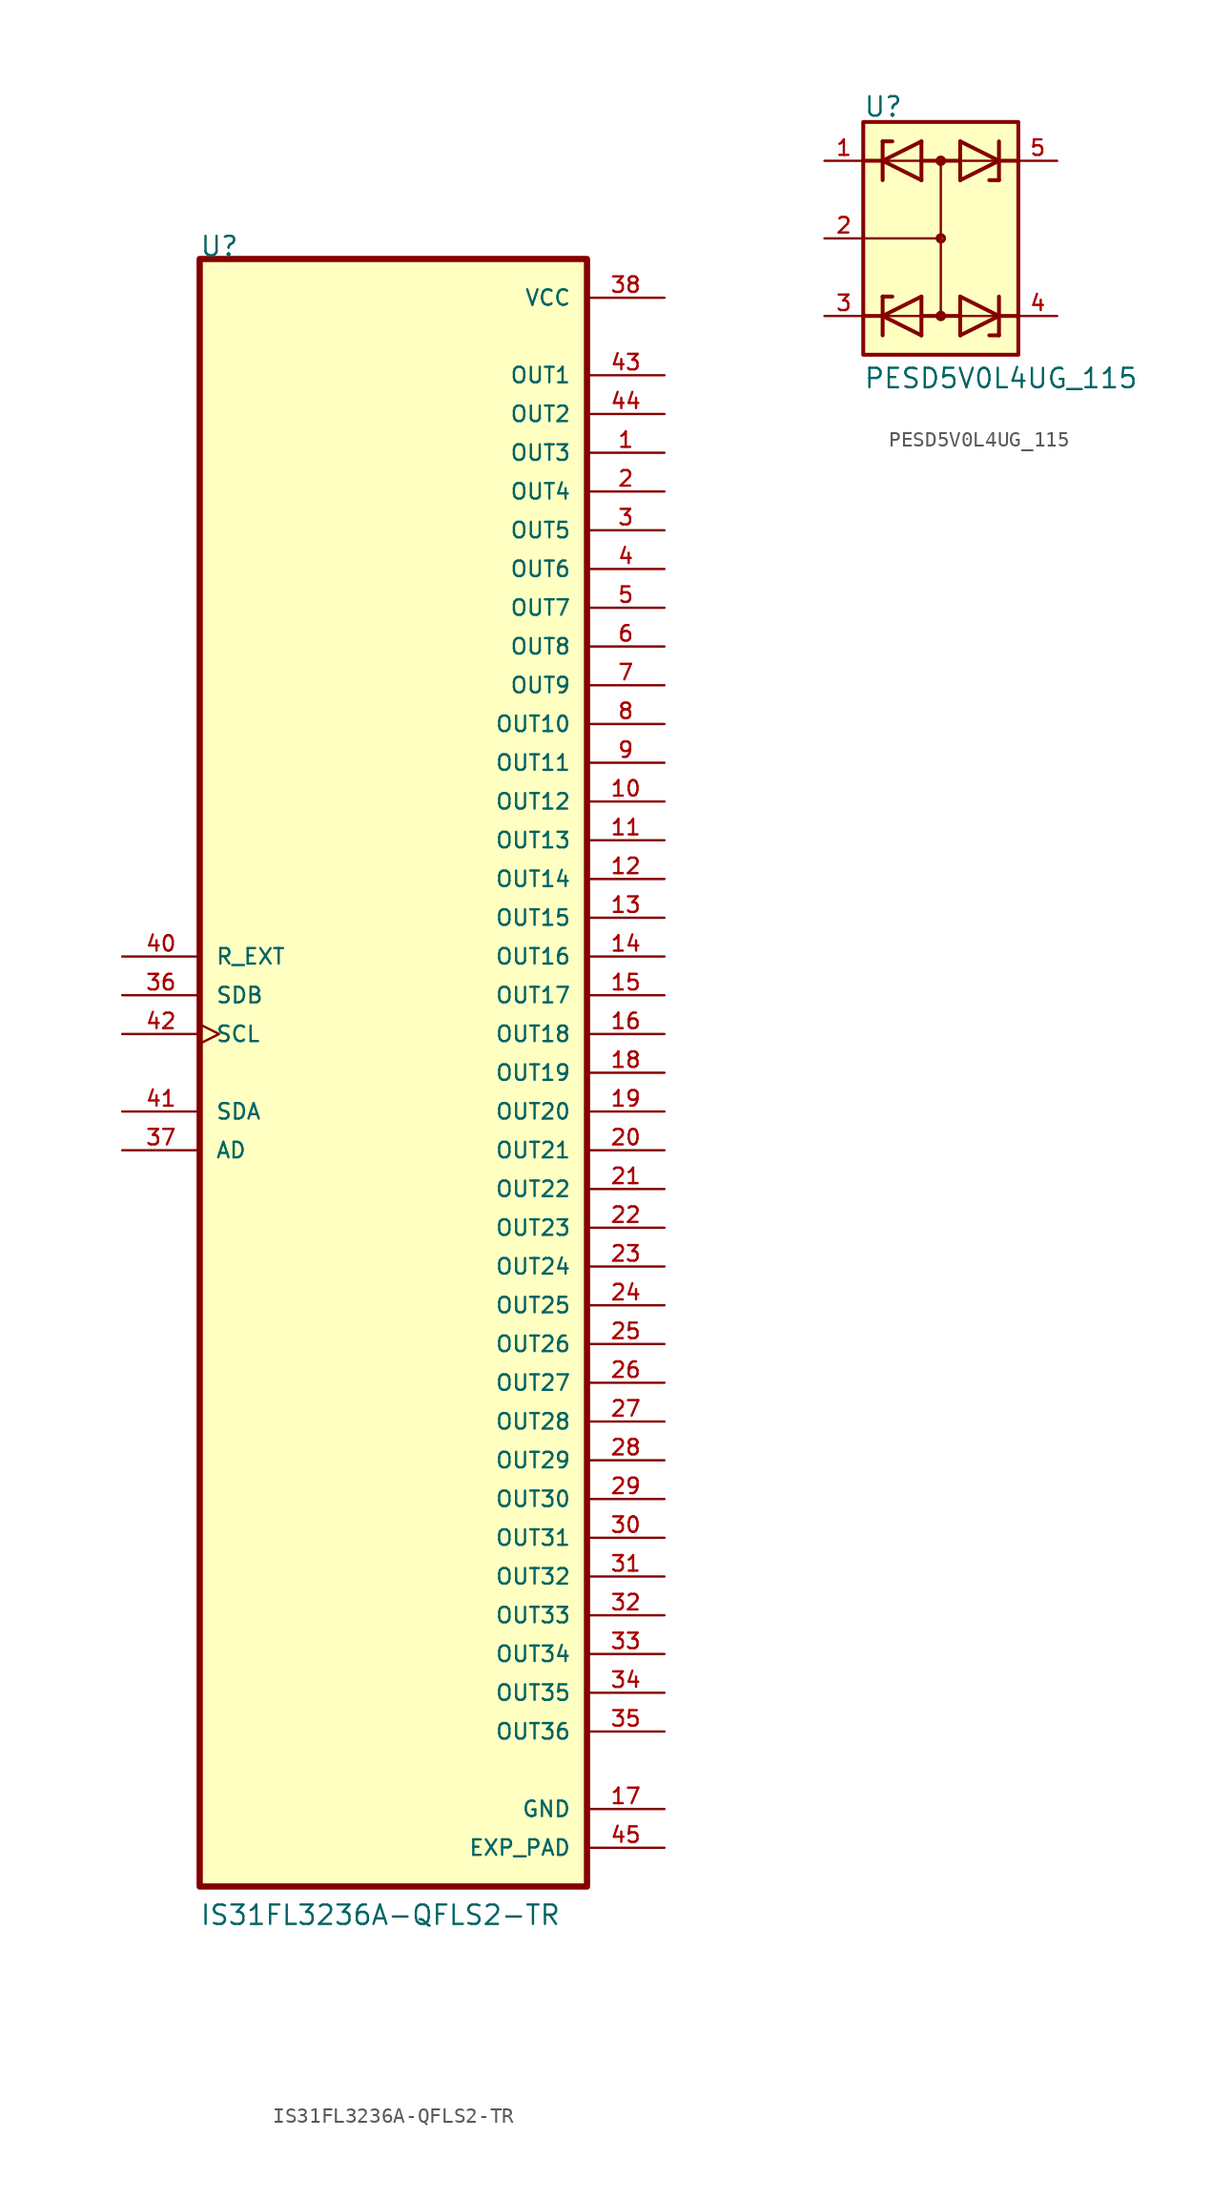
<source format=kicad_sym>
(kicad_symbol_lib
  (version 20241209)
  (generator "kicad_symbol_editor")
  (generator_version "9.0")
  (symbol "IS31FL3236A-QFLS2-TR"
    (pin_names
      (offset 1.016))
    (property "Reference" "U"
      (at -12.721 50.885 0)
      (effects (font (size 1.27 1.27)) (justify left bottom)))
    (property "Value" "IS31FL3236A-QFLS2-TR"
      (at -12.716 -58.492 0)
      (effects (font (size 1.27 1.27)) (justify left bottom)))
    (symbol "IS31FL3236A-QFLS2-TR_0_0"
      (rectangle (start -12.7 -55.88) (end 12.7 50.8) (stroke (width 0.41) (type default)) (fill (type background)))
      (pin input line (at -17.78 5.08 0) (length 5.08) (name "R_EXT" (effects (font (size 1.016 1.016)))) (number "40" (effects (font (size 1.016 1.016)))))
      (pin input line (at -17.78 2.54 0) (length 5.08) (name "SDB" (effects (font (size 1.016 1.016)))) (number "36" (effects (font (size 1.016 1.016)))))
      (pin input clock (at -17.78 0 0) (length 5.08) (name "SCL" (effects (font (size 1.016 1.016)))) (number "42" (effects (font (size 1.016 1.016)))))
      (pin bidirectional line (at -17.78 -5.08 0) (length 5.08) (name "SDA" (effects (font (size 1.016 1.016)))) (number "41" (effects (font (size 1.016 1.016)))))
      (pin bidirectional line (at -17.78 -7.62 0) (length 5.08) (name "AD" (effects (font (size 1.016 1.016)))) (number "37" (effects (font (size 1.016 1.016)))))
      (pin power_in line (at 17.78 48.26 180) (length 5.08) (name "VCC" (effects (font (size 1.016 1.016)))) (number "38" (effects (font (size 1.016 1.016)))))
      (pin output line (at 17.78 43.18 180) (length 5.08) (name "OUT1" (effects (font (size 1.016 1.016)))) (number "43" (effects (font (size 1.016 1.016)))))
      (pin output line (at 17.78 40.64 180) (length 5.08) (name "OUT2" (effects (font (size 1.016 1.016)))) (number "44" (effects (font (size 1.016 1.016)))))
      (pin output line (at 17.78 38.1 180) (length 5.08) (name "OUT3" (effects (font (size 1.016 1.016)))) (number "1" (effects (font (size 1.016 1.016)))))
      (pin output line (at 17.78 35.56 180) (length 5.08) (name "OUT4" (effects (font (size 1.016 1.016)))) (number "2" (effects (font (size 1.016 1.016)))))
      (pin output line (at 17.78 33.02 180) (length 5.08) (name "OUT5" (effects (font (size 1.016 1.016)))) (number "3" (effects (font (size 1.016 1.016)))))
      (pin output line (at 17.78 30.48 180) (length 5.08) (name "OUT6" (effects (font (size 1.016 1.016)))) (number "4" (effects (font (size 1.016 1.016)))))
      (pin output line (at 17.78 27.94 180) (length 5.08) (name "OUT7" (effects (font (size 1.016 1.016)))) (number "5" (effects (font (size 1.016 1.016)))))
      (pin output line (at 17.78 25.4 180) (length 5.08) (name "OUT8" (effects (font (size 1.016 1.016)))) (number "6" (effects (font (size 1.016 1.016)))))
      (pin output line (at 17.78 22.86 180) (length 5.08) (name "OUT9" (effects (font (size 1.016 1.016)))) (number "7" (effects (font (size 1.016 1.016)))))
      (pin output line (at 17.78 20.32 180) (length 5.08) (name "OUT10" (effects (font (size 1.016 1.016)))) (number "8" (effects (font (size 1.016 1.016)))))
      (pin output line (at 17.78 17.78 180) (length 5.08) (name "OUT11" (effects (font (size 1.016 1.016)))) (number "9" (effects (font (size 1.016 1.016)))))
      (pin output line (at 17.78 15.24 180) (length 5.08) (name "OUT12" (effects (font (size 1.016 1.016)))) (number "10" (effects (font (size 1.016 1.016)))))
      (pin output line (at 17.78 12.7 180) (length 5.08) (name "OUT13" (effects (font (size 1.016 1.016)))) (number "11" (effects (font (size 1.016 1.016)))))
      (pin output line (at 17.78 10.16 180) (length 5.08) (name "OUT14" (effects (font (size 1.016 1.016)))) (number "12" (effects (font (size 1.016 1.016)))))
      (pin output line (at 17.78 7.62 180) (length 5.08) (name "OUT15" (effects (font (size 1.016 1.016)))) (number "13" (effects (font (size 1.016 1.016)))))
      (pin output line (at 17.78 5.08 180) (length 5.08) (name "OUT16" (effects (font (size 1.016 1.016)))) (number "14" (effects (font (size 1.016 1.016)))))
      (pin output line (at 17.78 2.54 180) (length 5.08) (name "OUT17" (effects (font (size 1.016 1.016)))) (number "15" (effects (font (size 1.016 1.016)))))
      (pin output line (at 17.78 0 180) (length 5.08) (name "OUT18" (effects (font (size 1.016 1.016)))) (number "16" (effects (font (size 1.016 1.016)))))
      (pin output line (at 17.78 -2.54 180) (length 5.08) (name "OUT19" (effects (font (size 1.016 1.016)))) (number "18" (effects (font (size 1.016 1.016)))))
      (pin output line (at 17.78 -5.08 180) (length 5.08) (name "OUT20" (effects (font (size 1.016 1.016)))) (number "19" (effects (font (size 1.016 1.016)))))
      (pin output line (at 17.78 -7.62 180) (length 5.08) (name "OUT21" (effects (font (size 1.016 1.016)))) (number "20" (effects (font (size 1.016 1.016)))))
      (pin output line (at 17.78 -10.16 180) (length 5.08) (name "OUT22" (effects (font (size 1.016 1.016)))) (number "21" (effects (font (size 1.016 1.016)))))
      (pin output line (at 17.78 -12.7 180) (length 5.08) (name "OUT23" (effects (font (size 1.016 1.016)))) (number "22" (effects (font (size 1.016 1.016)))))
      (pin output line (at 17.78 -15.24 180) (length 5.08) (name "OUT24" (effects (font (size 1.016 1.016)))) (number "23" (effects (font (size 1.016 1.016)))))
      (pin output line (at 17.78 -17.78 180) (length 5.08) (name "OUT25" (effects (font (size 1.016 1.016)))) (number "24" (effects (font (size 1.016 1.016)))))
      (pin output line (at 17.78 -20.32 180) (length 5.08) (name "OUT26" (effects (font (size 1.016 1.016)))) (number "25" (effects (font (size 1.016 1.016)))))
      (pin output line (at 17.78 -22.86 180) (length 5.08) (name "OUT27" (effects (font (size 1.016 1.016)))) (number "26" (effects (font (size 1.016 1.016)))))
      (pin output line (at 17.78 -25.4 180) (length 5.08) (name "OUT28" (effects (font (size 1.016 1.016)))) (number "27" (effects (font (size 1.016 1.016)))))
      (pin output line (at 17.78 -27.94 180) (length 5.08) (name "OUT29" (effects (font (size 1.016 1.016)))) (number "28" (effects (font (size 1.016 1.016)))))
      (pin output line (at 17.78 -30.48 180) (length 5.08) (name "OUT30" (effects (font (size 1.016 1.016)))) (number "29" (effects (font (size 1.016 1.016)))))
      (pin output line (at 17.78 -33.02 180) (length 5.08) (name "OUT31" (effects (font (size 1.016 1.016)))) (number "30" (effects (font (size 1.016 1.016)))))
      (pin output line (at 17.78 -35.56 180) (length 5.08) (name "OUT32" (effects (font (size 1.016 1.016)))) (number "31" (effects (font (size 1.016 1.016)))))
      (pin output line (at 17.78 -38.1 180) (length 5.08) (name "OUT33" (effects (font (size 1.016 1.016)))) (number "32" (effects (font (size 1.016 1.016)))))
      (pin output line (at 17.78 -40.64 180) (length 5.08) (name "OUT34" (effects (font (size 1.016 1.016)))) (number "33" (effects (font (size 1.016 1.016)))))
      (pin output line (at 17.78 -43.18 180) (length 5.08) (name "OUT35" (effects (font (size 1.016 1.016)))) (number "34" (effects (font (size 1.016 1.016)))))
      (pin output line (at 17.78 -45.72 180) (length 5.08) (name "OUT36" (effects (font (size 1.016 1.016)))) (number "35" (effects (font (size 1.016 1.016)))))
      (pin power_in line (at 17.78 -50.8 180) (length 5.08) (name "GND" (effects (font (size 1.016 1.016)))) (number "17" (effects (font (size 1.016 1.016)))))
      (pin power_in line (at 17.78 -50.8 180) (length 5.08) (hide yes) (name "GND" (effects (font (size 1.016 1.016)))) (number "39" (effects (font (size 1.016 1.016)))))
      (pin power_in line (at 17.78 -53.34 180) (length 5.08) (name "EXP_PAD" (effects (font (size 1.016 1.016)))) (number "45" (effects (font (size 1.016 1.016)))))))
  (symbol "PESD5V0L4UG_115"
    (pin_names
      (offset 1.016))
    (property "Reference" "U"
      (at -5.08 7.874 0)
      (effects (font (size 1.27 1.27)) (justify left bottom)))
    (property "Value" "PESD5V0L4UG_115"
      (at -5.08 -9.906 0)
      (effects (font (size 1.27 1.27)) (justify left bottom)))
    (symbol "PESD5V0L4UG_115_0_0"
      (rectangle (start -5.08 7.62) (end 5.08 -7.62) (stroke (width 0.254) (type default)) (fill (type background)))
      (polyline (pts (xy -5.08 5.08) (xy -3.81 5.08)) (stroke (width 0.254) (type default)) (fill (type none)))
      (polyline (pts (xy -5.08 0) (xy 0 0)) (stroke (width 0.152) (type default)) (fill (type none)))
      (polyline (pts (xy -5.08 -5.08) (xy -3.81 -5.08)) (stroke (width 0.254) (type default)) (fill (type none)))
      (polyline (pts (xy -3.81 6.35) (xy -3.175 6.35)) (stroke (width 0.254) (type default)) (fill (type none)))
      (polyline (pts (xy -3.81 5.08) (xy -3.81 6.35)) (stroke (width 0.254) (type default)) (fill (type none)))
      (polyline (pts (xy -3.81 5.08) (xy -1.27 3.81)) (stroke (width 0.254) (type default)) (fill (type none)))
      (polyline (pts (xy -3.81 3.81) (xy -3.81 5.08)) (stroke (width 0.254) (type default)) (fill (type none)))
      (polyline (pts (xy -3.81 -3.81) (xy -3.175 -3.81)) (stroke (width 0.254) (type default)) (fill (type none)))
      (polyline (pts (xy -3.81 -5.08) (xy -3.81 -3.81)) (stroke (width 0.254) (type default)) (fill (type none)))
      (polyline (pts (xy -3.81 -5.08) (xy -1.27 -6.35)) (stroke (width 0.254) (type default)) (fill (type none)))
      (polyline (pts (xy -3.81 -6.35) (xy -3.81 -5.08)) (stroke (width 0.254) (type default)) (fill (type none)))
      (polyline (pts (xy -1.27 6.35) (xy -3.81 5.08)) (stroke (width 0.254) (type default)) (fill (type none)))
      (polyline (pts (xy -1.27 5.08) (xy -3.81 5.08)) (stroke (width 0.152) (type default)) (fill (type none)))
      (polyline (pts (xy -1.27 5.08) (xy -1.27 6.35)) (stroke (width 0.254) (type default)) (fill (type none)))
      (polyline (pts (xy -1.27 3.81) (xy -1.27 5.08)) (stroke (width 0.254) (type default)) (fill (type none)))
      (polyline (pts (xy -1.27 -3.81) (xy -3.81 -5.08)) (stroke (width 0.254) (type default)) (fill (type none)))
      (polyline (pts (xy -1.27 -5.08) (xy -3.81 -5.08)) (stroke (width 0.152) (type default)) (fill (type none)))
      (polyline (pts (xy -1.27 -5.08) (xy -1.27 -3.81)) (stroke (width 0.254) (type default)) (fill (type none)))
      (polyline (pts (xy -1.27 -6.35) (xy -1.27 -5.08)) (stroke (width 0.254) (type default)) (fill (type none)))
      (circle (center 0 5.08) (radius 0.114) (stroke (width 0.229) (type default)) (fill (type none)))
      (polyline (pts (xy 0 5.08) (xy -1.27 5.08)) (stroke (width 0.254) (type default)) (fill (type none)))
      (polyline (pts (xy 0 5.08) (xy 0 0)) (stroke (width 0.152) (type default)) (fill (type none)))
      (polyline (pts (xy 0 5.08) (xy 1.27 5.08)) (stroke (width 0.254) (type default)) (fill (type none)))
      (polyline (pts (xy 0 0) (xy 0 -5.08)) (stroke (width 0.152) (type default)) (fill (type none)))
      (circle (center 0 0) (radius 0.114) (stroke (width 0.229) (type default)) (fill (type none)))
      (polyline (pts (xy 0 -5.08) (xy -1.27 -5.08)) (stroke (width 0.254) (type default)) (fill (type none)))
      (polyline (pts (xy 0 -5.08) (xy 1.27 -5.08)) (stroke (width 0.254) (type default)) (fill (type none)))
      (circle (center 0 -5.08) (radius 0.114) (stroke (width 0.229) (type default)) (fill (type none)))
      (polyline (pts (xy 1.27 6.35) (xy 1.27 5.08)) (stroke (width 0.254) (type default)) (fill (type none)))
      (polyline (pts (xy 1.27 5.08) (xy 1.27 3.81)) (stroke (width 0.254) (type default)) (fill (type none)))
      (polyline (pts (xy 1.27 5.08) (xy 3.556 5.08)) (stroke (width 0.152) (type default)) (fill (type none)))
      (polyline (pts (xy 1.27 3.81) (xy 3.81 5.08)) (stroke (width 0.254) (type default)) (fill (type none)))
      (polyline (pts (xy 1.27 -3.81) (xy 1.27 -5.08)) (stroke (width 0.254) (type default)) (fill (type none)))
      (polyline (pts (xy 1.27 -5.08) (xy 1.27 -6.35)) (stroke (width 0.254) (type default)) (fill (type none)))
      (polyline (pts (xy 1.27 -5.08) (xy 3.81 -5.08)) (stroke (width 0.152) (type default)) (fill (type none)))
      (polyline (pts (xy 1.27 -6.35) (xy 3.81 -5.08)) (stroke (width 0.254) (type default)) (fill (type none)))
      (polyline (pts (xy 3.81 6.35) (xy 3.81 5.08)) (stroke (width 0.254) (type default)) (fill (type none)))
      (polyline (pts (xy 3.81 5.08) (xy 1.27 6.35)) (stroke (width 0.254) (type default)) (fill (type none)))
      (polyline (pts (xy 3.81 5.08) (xy 3.81 3.81)) (stroke (width 0.254) (type default)) (fill (type none)))
      (polyline (pts (xy 3.81 3.81) (xy 3.175 3.81)) (stroke (width 0.254) (type default)) (fill (type none)))
      (polyline (pts (xy 3.81 -3.81) (xy 3.81 -5.08)) (stroke (width 0.254) (type default)) (fill (type none)))
      (polyline (pts (xy 3.81 -5.08) (xy 1.27 -3.81)) (stroke (width 0.254) (type default)) (fill (type none)))
      (polyline (pts (xy 3.81 -5.08) (xy 3.81 -6.35)) (stroke (width 0.254) (type default)) (fill (type none)))
      (polyline (pts (xy 3.81 -6.35) (xy 3.175 -6.35)) (stroke (width 0.254) (type default)) (fill (type none)))
      (polyline (pts (xy 5.08 5.08) (xy 3.81 5.08)) (stroke (width 0.254) (type default)) (fill (type none)))
      (polyline (pts (xy 5.08 -5.08) (xy 3.81 -5.08)) (stroke (width 0.254) (type default)) (fill (type none)))
      (pin passive line (at -7.62 5.08 0) (length 2.54) (name "~" (effects (font (size 1.016 1.016)))) (number "1" (effects (font (size 1.016 1.016)))))
      (pin passive line (at -7.62 0 0) (length 2.54) (name "~" (effects (font (size 1.016 1.016)))) (number "2" (effects (font (size 1.016 1.016)))))
      (pin passive line (at -7.62 -5.08 0) (length 2.54) (name "~" (effects (font (size 1.016 1.016)))) (number "3" (effects (font (size 1.016 1.016)))))
      (pin passive line (at 7.62 5.08 180) (length 2.54) (name "~" (effects (font (size 1.016 1.016)))) (number "5" (effects (font (size 1.016 1.016)))))
      (pin passive line (at 7.62 -5.08 180) (length 2.54) (name "~" (effects (font (size 1.016 1.016)))) (number "4" (effects (font (size 1.016 1.016))))))))
</source>
